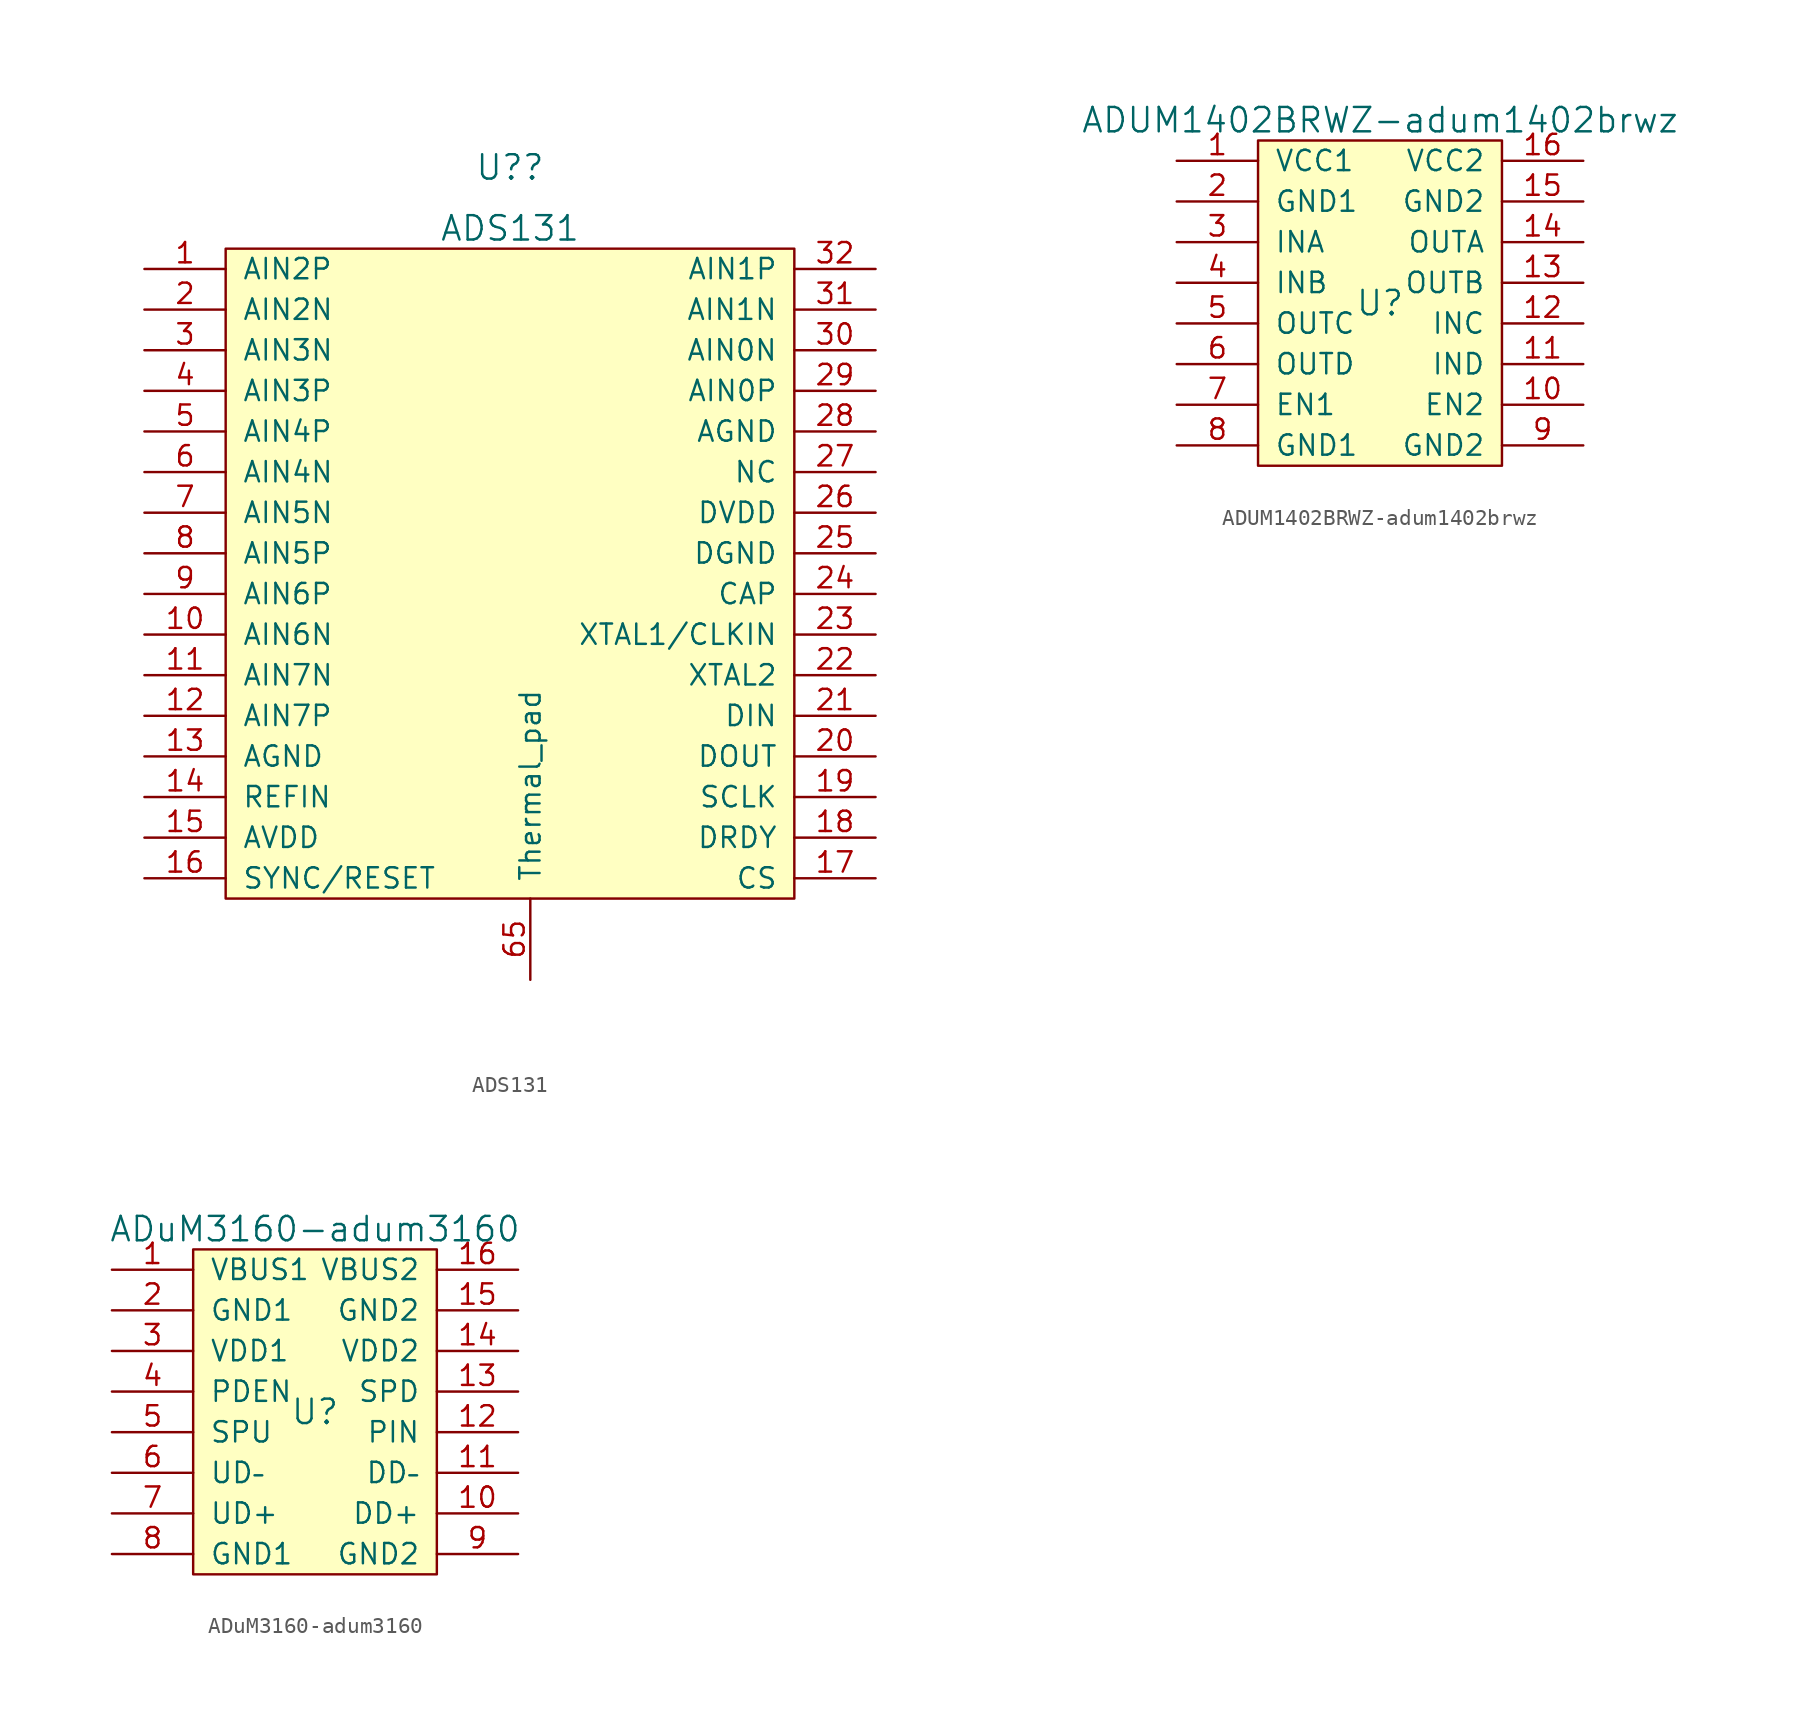
<source format=kicad_sym>
(kicad_symbol_lib
  (version 20210619)
  (generator kicad_symbol_editor)
  (symbol "ads131:ADS131"
    (pin_names
      (offset 1.016))
    (property "Reference" "U?"
      (at -1.27 44.45 0)
      (effects (font (size 1.524 1.524))))
    (property "Value" "ADS131"
      (at -1.27 40.64 0)
      (effects (font (size 1.524 1.524))))
    (property "Datasheet" ""
      (at 0 0 0)
      (effects (font (size 1.524 1.524))))
    (symbol "ADS131_0_1"
      (rectangle (start -19.05 39.37) (end 16.51 -1.27) (stroke (width 0)) (fill (type background))))
    (symbol "ADS131_1_1"
      (pin input line (at -24.13 38.1 0) (length 5.08) (name "AIN2P" (effects (font (size 1.27 1.27)))) (number "1" (effects (font (size 1.27 1.27)))))
      (pin input line (at -24.13 15.24 0) (length 5.08) (name "AIN6N" (effects (font (size 1.27 1.27)))) (number "10" (effects (font (size 1.27 1.27)))))
      (pin input line (at -24.13 12.7 0) (length 5.08) (name "AIN7N" (effects (font (size 1.27 1.27)))) (number "11" (effects (font (size 1.27 1.27)))))
      (pin input line (at -24.13 10.16 0) (length 5.08) (name "AIN7P" (effects (font (size 1.27 1.27)))) (number "12" (effects (font (size 1.27 1.27)))))
      (pin input line (at -24.13 7.62 0) (length 5.08) (name "AGND" (effects (font (size 1.27 1.27)))) (number "13" (effects (font (size 1.27 1.27)))))
      (pin input line (at -24.13 5.08 0) (length 5.08) (name "REFIN" (effects (font (size 1.27 1.27)))) (number "14" (effects (font (size 1.27 1.27)))))
      (pin input line (at -24.13 2.54 0) (length 5.08) (name "AVDD" (effects (font (size 1.27 1.27)))) (number "15" (effects (font (size 1.27 1.27)))))
      (pin input line (at -24.13 0 0) (length 5.08) (name "SYNC/RESET" (effects (font (size 1.27 1.27)))) (number "16" (effects (font (size 1.27 1.27)))))
      (pin input line (at 21.59 0 180) (length 5.08) (name "CS" (effects (font (size 1.27 1.27)))) (number "17" (effects (font (size 1.27 1.27)))))
      (pin input line (at 21.59 2.54 180) (length 5.08) (name "DRDY" (effects (font (size 1.27 1.27)))) (number "18" (effects (font (size 1.27 1.27)))))
      (pin input line (at 21.59 5.08 180) (length 5.08) (name "SCLK" (effects (font (size 1.27 1.27)))) (number "19" (effects (font (size 1.27 1.27)))))
      (pin input line (at -24.13 35.56 0) (length 5.08) (name "AIN2N" (effects (font (size 1.27 1.27)))) (number "2" (effects (font (size 1.27 1.27)))))
      (pin input line (at 21.59 7.62 180) (length 5.08) (name "DOUT" (effects (font (size 1.27 1.27)))) (number "20" (effects (font (size 1.27 1.27)))))
      (pin input line (at 21.59 10.16 180) (length 5.08) (name "DIN" (effects (font (size 1.27 1.27)))) (number "21" (effects (font (size 1.27 1.27)))))
      (pin input line (at 21.59 12.7 180) (length 5.08) (name "XTAL2" (effects (font (size 1.27 1.27)))) (number "22" (effects (font (size 1.27 1.27)))))
      (pin input line (at 21.59 15.24 180) (length 5.08) (name "XTAL1/CLKIN" (effects (font (size 1.27 1.27)))) (number "23" (effects (font (size 1.27 1.27)))))
      (pin input line (at 21.59 17.78 180) (length 5.08) (name "CAP" (effects (font (size 1.27 1.27)))) (number "24" (effects (font (size 1.27 1.27)))))
      (pin input line (at 21.59 20.32 180) (length 5.08) (name "DGND" (effects (font (size 1.27 1.27)))) (number "25" (effects (font (size 1.27 1.27)))))
      (pin input line (at 21.59 22.86 180) (length 5.08) (name "DVDD" (effects (font (size 1.27 1.27)))) (number "26" (effects (font (size 1.27 1.27)))))
      (pin input line (at 21.59 25.4 180) (length 5.08) (name "NC" (effects (font (size 1.27 1.27)))) (number "27" (effects (font (size 1.27 1.27)))))
      (pin input line (at 21.59 27.94 180) (length 5.08) (name "AGND" (effects (font (size 1.27 1.27)))) (number "28" (effects (font (size 1.27 1.27)))))
      (pin input line (at 21.59 30.48 180) (length 5.08) (name "AIN0P" (effects (font (size 1.27 1.27)))) (number "29" (effects (font (size 1.27 1.27)))))
      (pin input line (at -24.13 33.02 0) (length 5.08) (name "AIN3N" (effects (font (size 1.27 1.27)))) (number "3" (effects (font (size 1.27 1.27)))))
      (pin input line (at 21.59 33.02 180) (length 5.08) (name "AIN0N" (effects (font (size 1.27 1.27)))) (number "30" (effects (font (size 1.27 1.27)))))
      (pin input line (at 21.59 35.56 180) (length 5.08) (name "AIN1N" (effects (font (size 1.27 1.27)))) (number "31" (effects (font (size 1.27 1.27)))))
      (pin input line (at 21.59 38.1 180) (length 5.08) (name "AIN1P" (effects (font (size 1.27 1.27)))) (number "32" (effects (font (size 1.27 1.27)))))
      (pin input line (at -24.13 30.48 0) (length 5.08) (name "AIN3P" (effects (font (size 1.27 1.27)))) (number "4" (effects (font (size 1.27 1.27)))))
      (pin input line (at -24.13 27.94 0) (length 5.08) (name "AIN4P" (effects (font (size 1.27 1.27)))) (number "5" (effects (font (size 1.27 1.27)))))
      (pin input line (at -24.13 25.4 0) (length 5.08) (name "AIN4N" (effects (font (size 1.27 1.27)))) (number "6" (effects (font (size 1.27 1.27)))))
      (pin power_in line (at 0 -6.35 90) (length 5.08) (name "Thermal_pad" (effects (font (size 1.27 1.27)))) (number "65" (effects (font (size 1.27 1.27)))))
      (pin input line (at -24.13 22.86 0) (length 5.08) (name "AIN5N" (effects (font (size 1.27 1.27)))) (number "7" (effects (font (size 1.27 1.27)))))
      (pin input line (at -24.13 20.32 0) (length 5.08) (name "AIN5P" (effects (font (size 1.27 1.27)))) (number "8" (effects (font (size 1.27 1.27)))))
      (pin input line (at -24.13 17.78 0) (length 5.08) (name "AIN6P" (effects (font (size 1.27 1.27)))) (number "9" (effects (font (size 1.27 1.27)))))))
  (symbol "ads131:ADUM1402BRWZ-adum1402brwz"
    (pin_names
      (offset 1.016))
    (property "Reference" "U"
      (at 0 0 0)
      (effects (font (size 1.524 1.524))))
    (property "Value" "ADUM1402BRWZ-adum1402brwz"
      (at 0 11.43 0)
      (effects (font (size 1.524 1.524))))
    (symbol "ADUM1402BRWZ-adum1402brwz_0_1"
      (rectangle (start -7.62 10.16) (end 7.62 -10.16) (stroke (width 0)) (fill (type background))))
    (symbol "ADUM1402BRWZ-adum1402brwz_1_1"
      (pin power_in line (at -12.7 8.89 0) (length 5.08) (name "VCC1" (effects (font (size 1.27 1.27)))) (number "1" (effects (font (size 1.27 1.27)))))
      (pin input line (at 12.7 -6.35 180) (length 5.08) (name "EN2" (effects (font (size 1.27 1.27)))) (number "10" (effects (font (size 1.27 1.27)))))
      (pin input line (at 12.7 -3.81 180) (length 5.08) (name "IND" (effects (font (size 1.27 1.27)))) (number "11" (effects (font (size 1.27 1.27)))))
      (pin input line (at 12.7 -1.27 180) (length 5.08) (name "INC" (effects (font (size 1.27 1.27)))) (number "12" (effects (font (size 1.27 1.27)))))
      (pin output line (at 12.7 1.27 180) (length 5.08) (name "OUTB" (effects (font (size 1.27 1.27)))) (number "13" (effects (font (size 1.27 1.27)))))
      (pin output line (at 12.7 3.81 180) (length 5.08) (name "OUTA" (effects (font (size 1.27 1.27)))) (number "14" (effects (font (size 1.27 1.27)))))
      (pin power_in line (at 12.7 6.35 180) (length 5.08) (name "GND2" (effects (font (size 1.27 1.27)))) (number "15" (effects (font (size 1.27 1.27)))))
      (pin power_in line (at 12.7 8.89 180) (length 5.08) (name "VCC2" (effects (font (size 1.27 1.27)))) (number "16" (effects (font (size 1.27 1.27)))))
      (pin power_in line (at -12.7 6.35 0) (length 5.08) (name "GND1" (effects (font (size 1.27 1.27)))) (number "2" (effects (font (size 1.27 1.27)))))
      (pin input line (at -12.7 3.81 0) (length 5.08) (name "INA" (effects (font (size 1.27 1.27)))) (number "3" (effects (font (size 1.27 1.27)))))
      (pin input line (at -12.7 1.27 0) (length 5.08) (name "INB" (effects (font (size 1.27 1.27)))) (number "4" (effects (font (size 1.27 1.27)))))
      (pin output line (at -12.7 -1.27 0) (length 5.08) (name "OUTC" (effects (font (size 1.27 1.27)))) (number "5" (effects (font (size 1.27 1.27)))))
      (pin output line (at -12.7 -3.81 0) (length 5.08) (name "OUTD" (effects (font (size 1.27 1.27)))) (number "6" (effects (font (size 1.27 1.27)))))
      (pin input line (at -12.7 -6.35 0) (length 5.08) (name "EN1" (effects (font (size 1.27 1.27)))) (number "7" (effects (font (size 1.27 1.27)))))
      (pin power_in line (at -12.7 -8.89 0) (length 5.08) (name "GND1" (effects (font (size 1.27 1.27)))) (number "8" (effects (font (size 1.27 1.27)))))
      (pin power_in line (at 12.7 -8.89 180) (length 5.08) (name "GND2" (effects (font (size 1.27 1.27)))) (number "9" (effects (font (size 1.27 1.27)))))))
  (symbol "ads131:ADuM3160-adum3160"
    (pin_names
      (offset 1.016))
    (property "Reference" "U"
      (at 0 0 0)
      (effects (font (size 1.524 1.524))))
    (property "Value" "ADuM3160-adum3160"
      (at 0 11.43 0)
      (effects (font (size 1.524 1.524))))
    (symbol "ADuM3160-adum3160_0_1"
      (rectangle (start -7.62 10.16) (end 7.62 -10.16) (stroke (width 0)) (fill (type background))))
    (symbol "ADuM3160-adum3160_1_1"
      (pin power_in line (at -12.7 8.89 0) (length 5.08) (name "VBUS1" (effects (font (size 1.27 1.27)))) (number "1" (effects (font (size 1.27 1.27)))))
      (pin input line (at 12.7 -6.35 180) (length 5.08) (name "DD+" (effects (font (size 1.27 1.27)))) (number "10" (effects (font (size 1.27 1.27)))))
      (pin output line (at 12.7 -3.81 180) (length 5.08) (name "DD–" (effects (font (size 1.27 1.27)))) (number "11" (effects (font (size 1.27 1.27)))))
      (pin input line (at 12.7 -1.27 180) (length 5.08) (name "PIN" (effects (font (size 1.27 1.27)))) (number "12" (effects (font (size 1.27 1.27)))))
      (pin input line (at 12.7 1.27 180) (length 5.08) (name "SPD" (effects (font (size 1.27 1.27)))) (number "13" (effects (font (size 1.27 1.27)))))
      (pin power_in line (at 12.7 3.81 180) (length 5.08) (name "VDD2" (effects (font (size 1.27 1.27)))) (number "14" (effects (font (size 1.27 1.27)))))
      (pin power_in line (at 12.7 6.35 180) (length 5.08) (name "GND2" (effects (font (size 1.27 1.27)))) (number "15" (effects (font (size 1.27 1.27)))))
      (pin power_in line (at 12.7 8.89 180) (length 5.08) (name "VBUS2" (effects (font (size 1.27 1.27)))) (number "16" (effects (font (size 1.27 1.27)))))
      (pin power_in line (at -12.7 6.35 0) (length 5.08) (name "GND1" (effects (font (size 1.27 1.27)))) (number "2" (effects (font (size 1.27 1.27)))))
      (pin power_in line (at -12.7 3.81 0) (length 5.08) (name "VDD1" (effects (font (size 1.27 1.27)))) (number "3" (effects (font (size 1.27 1.27)))))
      (pin input line (at -12.7 1.27 0) (length 5.08) (name "PDEN" (effects (font (size 1.27 1.27)))) (number "4" (effects (font (size 1.27 1.27)))))
      (pin input line (at -12.7 -1.27 0) (length 5.08) (name "SPU" (effects (font (size 1.27 1.27)))) (number "5" (effects (font (size 1.27 1.27)))))
      (pin output line (at -12.7 -3.81 0) (length 5.08) (name "UD–" (effects (font (size 1.27 1.27)))) (number "6" (effects (font (size 1.27 1.27)))))
      (pin input line (at -12.7 -6.35 0) (length 5.08) (name "UD+" (effects (font (size 1.27 1.27)))) (number "7" (effects (font (size 1.27 1.27)))))
      (pin power_in line (at -12.7 -8.89 0) (length 5.08) (name "GND1" (effects (font (size 1.27 1.27)))) (number "8" (effects (font (size 1.27 1.27)))))
      (pin power_in line (at 12.7 -8.89 180) (length 5.08) (name "GND2" (effects (font (size 1.27 1.27)))) (number "9" (effects (font (size 1.27 1.27))))))))
</source>
